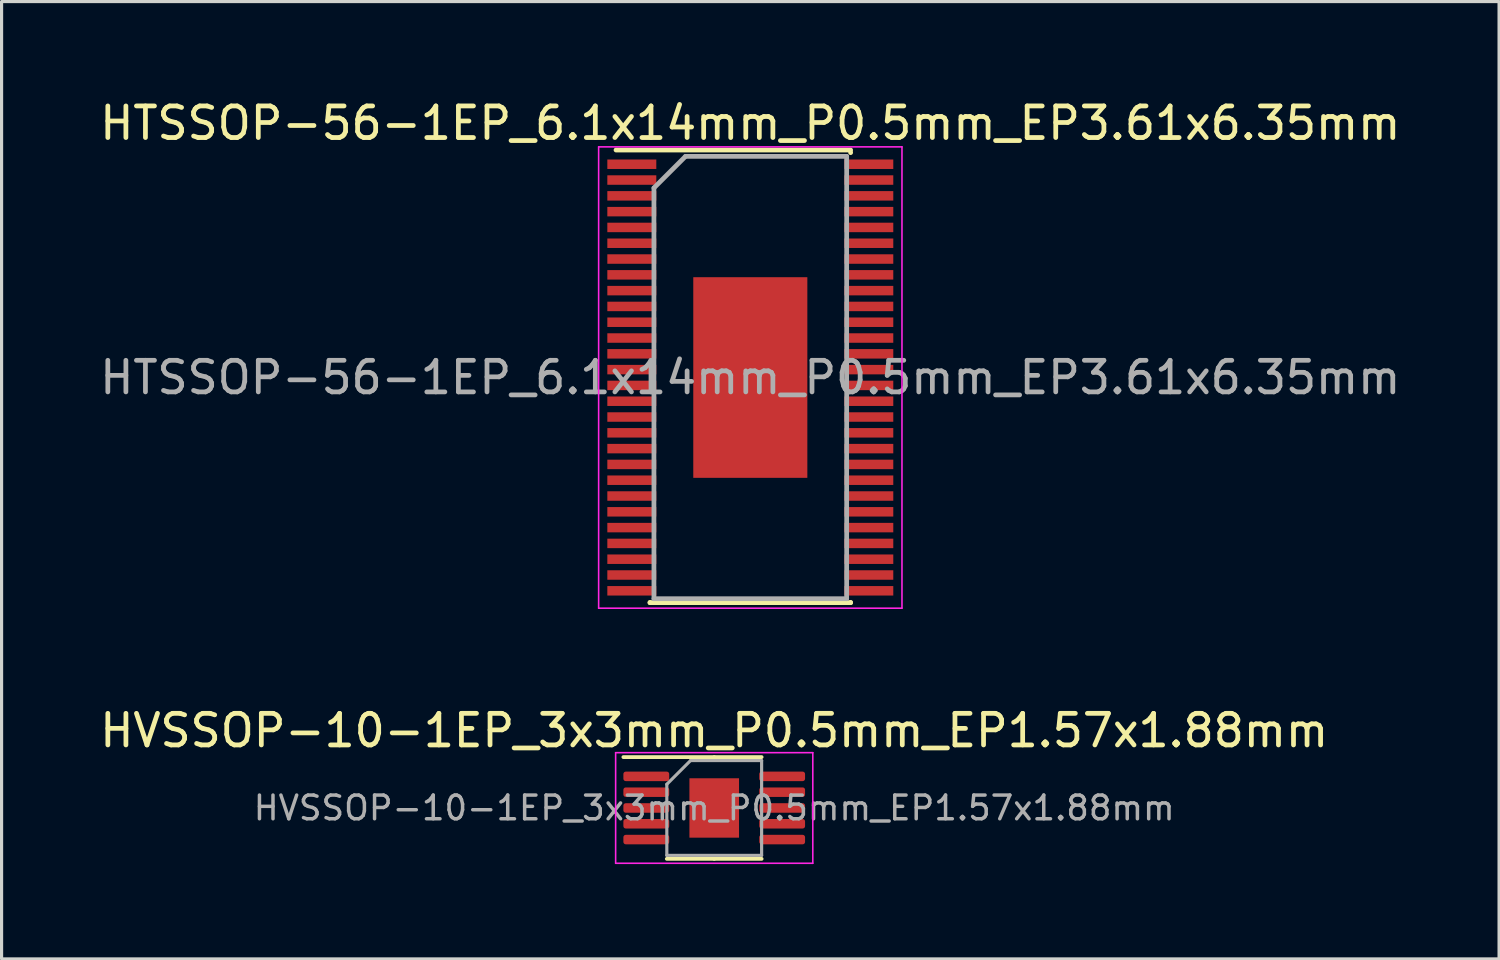
<source format=kicad_pcb>
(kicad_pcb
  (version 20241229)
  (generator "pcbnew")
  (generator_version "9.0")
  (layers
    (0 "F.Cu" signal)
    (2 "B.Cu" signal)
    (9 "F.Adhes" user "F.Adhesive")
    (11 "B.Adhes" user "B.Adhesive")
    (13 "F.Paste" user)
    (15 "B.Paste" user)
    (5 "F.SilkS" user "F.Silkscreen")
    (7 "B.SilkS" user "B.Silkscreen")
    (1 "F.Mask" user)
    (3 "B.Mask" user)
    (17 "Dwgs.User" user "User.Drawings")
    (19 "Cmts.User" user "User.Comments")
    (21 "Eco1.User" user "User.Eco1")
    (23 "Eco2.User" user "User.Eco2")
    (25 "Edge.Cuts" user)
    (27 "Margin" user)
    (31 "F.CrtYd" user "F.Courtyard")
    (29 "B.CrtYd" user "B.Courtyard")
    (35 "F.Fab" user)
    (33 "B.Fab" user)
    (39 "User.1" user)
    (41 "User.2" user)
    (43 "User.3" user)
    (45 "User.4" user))
  (footprint "HVSSOP-10-1EP_3x3mm_P0.5mm_EP1.57x1.88mm"
    (layer "F.Cu")
    (at 19.554 22.521)
    (property "Reference" "HVSSOP-10-1EP_3x3mm_P0.5mm_EP1.57x1.88mm" (at 0 -2.45 0) (layer "F.SilkS") (effects (font (size 1 1) (thickness 0.15))))
    (attr smd)
    (fp_line (start 0 -1.61) (end -2.875 -1.61) (stroke (width 0.12) (type solid)) (layer "F.SilkS"))
    (fp_line (start 0 -1.61) (end 1.5 -1.61) (stroke (width 0.12) (type solid)) (layer "F.SilkS"))
    (fp_line (start 0 1.61) (end -1.5 1.61) (stroke (width 0.12) (type solid)) (layer "F.SilkS"))
    (fp_line (start 0 1.61) (end 1.5 1.61) (stroke (width 0.12) (type solid)) (layer "F.SilkS"))
    (fp_line (start -3.12 -1.75) (end -3.12 1.75) (stroke (width 0.05) (type solid)) (layer "F.CrtYd"))
    (fp_line (start -3.12 1.75) (end 3.12 1.75) (stroke (width 0.05) (type solid)) (layer "F.CrtYd"))
    (fp_line (start 3.12 -1.75) (end -3.12 -1.75) (stroke (width 0.05) (type solid)) (layer "F.CrtYd"))
    (fp_line (start 3.12 1.75) (end 3.12 -1.75) (stroke (width 0.05) (type solid)) (layer "F.CrtYd"))
    (fp_line (start -1.5 -0.75) (end -0.75 -1.5) (stroke (width 0.1) (type solid)) (layer "F.Fab"))
    (fp_line (start -1.5 1.5) (end -1.5 -0.75) (stroke (width 0.1) (type solid)) (layer "F.Fab"))
    (fp_line (start -0.75 -1.5) (end 1.5 -1.5) (stroke (width 0.1) (type solid)) (layer "F.Fab"))
    (fp_line (start 1.5 -1.5) (end 1.5 1.5) (stroke (width 0.1) (type solid)) (layer "F.Fab"))
    (fp_line (start 1.5 1.5) (end -1.5 1.5) (stroke (width 0.1) (type solid)) (layer "F.Fab"))
    (fp_text user "${REFERENCE}" (at 0 0 0) (layer "F.Fab") (effects (font (size 0.75 0.75) (thickness 0.11))))
    (pad "" smd roundrect (at -0.39 -0.47) (size 0.63 0.76) (layers "F.Paste") (roundrect_rratio 0.25))
    (pad "" smd roundrect (at -0.39 0.47) (size 0.63 0.76) (layers "F.Paste") (roundrect_rratio 0.25))
    (pad "" smd roundrect (at 0.39 -0.47) (size 0.63 0.76) (layers "F.Paste") (roundrect_rratio 0.25))
    (pad "" smd roundrect (at 0.39 0.47) (size 0.63 0.76) (layers "F.Paste") (roundrect_rratio 0.25))
    (pad "1" smd roundrect (at -2.15 -1) (size 1.45 0.3) (layers "F.Cu" "F.Mask" "F.Paste") (roundrect_rratio 0.25))
    (pad "2" smd roundrect (at -2.15 -0.5) (size 1.45 0.3) (layers "F.Cu" "F.Mask" "F.Paste") (roundrect_rratio 0.25))
    (pad "3" smd roundrect (at -2.15 0) (size 1.45 0.3) (layers "F.Cu" "F.Mask" "F.Paste") (roundrect_rratio 0.25))
    (pad "4" smd roundrect (at -2.15 0.5) (size 1.45 0.3) (layers "F.Cu" "F.Mask" "F.Paste") (roundrect_rratio 0.25))
    (pad "5" smd roundrect (at -2.15 1) (size 1.45 0.3) (layers "F.Cu" "F.Mask" "F.Paste") (roundrect_rratio 0.25))
    (pad "6" smd roundrect (at 2.15 1) (size 1.45 0.3) (layers "F.Cu" "F.Mask" "F.Paste") (roundrect_rratio 0.25))
    (pad "7" smd roundrect (at 2.15 0.5) (size 1.45 0.3) (layers "F.Cu" "F.Mask" "F.Paste") (roundrect_rratio 0.25))
    (pad "8" smd roundrect (at 2.15 0) (size 1.45 0.3) (layers "F.Cu" "F.Mask" "F.Paste") (roundrect_rratio 0.25))
    (pad "9" smd roundrect (at 2.15 -0.5) (size 1.45 0.3) (layers "F.Cu" "F.Mask" "F.Paste") (roundrect_rratio 0.25))
    (pad "10" smd roundrect (at 2.15 -1) (size 1.45 0.3) (layers "F.Cu" "F.Mask" "F.Paste") (roundrect_rratio 0.25))
    (pad "11" smd rect (at 0 0) (size 1.57 1.88) (layers "F.Cu" "F.Mask")))
  (footprint "HTSSOP-56-1EP_6.1x14mm_P0.5mm_EP3.61x6.35mm"
    (layer "F.Cu")
    (at 20.696 8.898)
    (property "Reference" "HTSSOP-56-1EP_6.1x14mm_P0.5mm_EP3.61x6.35mm" (at 0 -8.05 0) (layer "F.SilkS") (effects (font (size 1 1) (thickness 0.15))))
    (attr smd)
    (fp_line (start -4.25 -7.2) (end 3.175 -7.2) (stroke (width 0.15) (type solid)) (layer "F.SilkS"))
    (fp_line (start -3.175 7.125) (end -3.175 7.117) (stroke (width 0.15) (type solid)) (layer "F.SilkS"))
    (fp_line (start -3.175 7.125) (end 3.175 7.125) (stroke (width 0.15) (type solid)) (layer "F.SilkS"))
    (fp_line (start 3.175 -7.125) (end 3.175 -7.117) (stroke (width 0.15) (type solid)) (layer "F.SilkS"))
    (fp_line (start 3.175 7.125) (end 3.175 7.117) (stroke (width 0.15) (type solid)) (layer "F.SilkS"))
    (fp_line (start -4.8 -7.3) (end -4.8 7.3) (stroke (width 0.05) (type solid)) (layer "F.CrtYd"))
    (fp_line (start -4.8 -7.3) (end 4.8 -7.3) (stroke (width 0.05) (type solid)) (layer "F.CrtYd"))
    (fp_line (start -4.8 7.3) (end 4.8 7.3) (stroke (width 0.05) (type solid)) (layer "F.CrtYd"))
    (fp_line (start 4.8 -7.3) (end 4.8 7.3) (stroke (width 0.05) (type solid)) (layer "F.CrtYd"))
    (fp_line (start -3.05 -6) (end -2.05 -7) (stroke (width 0.15) (type solid)) (layer "F.Fab"))
    (fp_line (start -3.05 7) (end -3.05 -6) (stroke (width 0.15) (type solid)) (layer "F.Fab"))
    (fp_line (start -2.05 -7) (end 3.05 -7) (stroke (width 0.15) (type solid)) (layer "F.Fab"))
    (fp_line (start 3.05 -7) (end 3.05 7) (stroke (width 0.15) (type solid)) (layer "F.Fab"))
    (fp_line (start 3.05 7) (end -3.05 7) (stroke (width 0.15) (type solid)) (layer "F.Fab"))
    (fp_text user "${REFERENCE}" (at 0 0 0) (layer "F.Fab") (effects (font (size 1 1) (thickness 0.15))))
    (pad "" smd rect (at -1.203 -2.54) (size 0.96 1.03) (layers "F.Paste"))
    (pad "" smd rect (at -1.203 -1.27) (size 0.96 1.03) (layers "F.Paste"))
    (pad "" smd rect (at -1.203 0) (size 0.96 1.03) (layers "F.Paste"))
    (pad "" smd rect (at -1.203 1.27) (size 0.96 1.03) (layers "F.Paste"))
    (pad "" smd rect (at -1.203 2.54) (size 0.96 1.03) (layers "F.Paste"))
    (pad "" smd rect (at 0 -2.54) (size 0.96 1.03) (layers "F.Paste"))
    (pad "" smd rect (at 0 -1.27) (size 0.96 1.03) (layers "F.Paste"))
    (pad "" smd rect (at 0 0) (size 0.96 1.03) (layers "F.Paste"))
    (pad "" smd rect (at 0 1.27) (size 0.96 1.03) (layers "F.Paste"))
    (pad "" smd rect (at 0 2.54) (size 0.96 1.03) (layers "F.Paste"))
    (pad "" smd rect (at 1.203 -2.54) (size 0.96 1.03) (layers "F.Paste"))
    (pad "" smd rect (at 1.203 -1.27) (size 0.96 1.03) (layers "F.Paste"))
    (pad "" smd rect (at 1.203 0) (size 0.96 1.03) (layers "F.Paste"))
    (pad "" smd rect (at 1.203 1.27) (size 0.96 1.03) (layers "F.Paste"))
    (pad "" smd rect (at 1.203 2.54) (size 0.96 1.03) (layers "F.Paste"))
    (pad "1" smd rect (at -3.75 -6.75) (size 1.55 0.3) (layers "F.Cu" "F.Mask" "F.Paste"))
    (pad "2" smd rect (at -3.75 -6.25) (size 1.55 0.3) (layers "F.Cu" "F.Mask" "F.Paste"))
    (pad "3" smd rect (at -3.75 -5.75) (size 1.55 0.3) (layers "F.Cu" "F.Mask" "F.Paste"))
    (pad "4" smd rect (at -3.75 -5.25) (size 1.55 0.3) (layers "F.Cu" "F.Mask" "F.Paste"))
    (pad "5" smd rect (at -3.75 -4.75) (size 1.55 0.3) (layers "F.Cu" "F.Mask" "F.Paste"))
    (pad "6" smd rect (at -3.75 -4.25) (size 1.55 0.3) (layers "F.Cu" "F.Mask" "F.Paste"))
    (pad "7" smd rect (at -3.75 -3.75) (size 1.55 0.3) (layers "F.Cu" "F.Mask" "F.Paste"))
    (pad "8" smd rect (at -3.75 -3.25) (size 1.55 0.3) (layers "F.Cu" "F.Mask" "F.Paste"))
    (pad "9" smd rect (at -3.75 -2.75) (size 1.55 0.3) (layers "F.Cu" "F.Mask" "F.Paste"))
    (pad "10" smd rect (at -3.75 -2.25) (size 1.55 0.3) (layers "F.Cu" "F.Mask" "F.Paste"))
    (pad "11" smd rect (at -3.75 -1.75) (size 1.55 0.3) (layers "F.Cu" "F.Mask" "F.Paste"))
    (pad "12" smd rect (at -3.75 -1.25) (size 1.55 0.3) (layers "F.Cu" "F.Mask" "F.Paste"))
    (pad "13" smd rect (at -3.75 -0.75) (size 1.55 0.3) (layers "F.Cu" "F.Mask" "F.Paste"))
    (pad "14" smd rect (at -3.75 -0.25) (size 1.55 0.3) (layers "F.Cu" "F.Mask" "F.Paste"))
    (pad "15" smd rect (at -3.75 0.25) (size 1.55 0.3) (layers "F.Cu" "F.Mask" "F.Paste"))
    (pad "16" smd rect (at -3.75 0.75) (size 1.55 0.3) (layers "F.Cu" "F.Mask" "F.Paste"))
    (pad "17" smd rect (at -3.75 1.25) (size 1.55 0.3) (layers "F.Cu" "F.Mask" "F.Paste"))
    (pad "18" smd rect (at -3.75 1.75) (size 1.55 0.3) (layers "F.Cu" "F.Mask" "F.Paste"))
    (pad "19" smd rect (at -3.75 2.25) (size 1.55 0.3) (layers "F.Cu" "F.Mask" "F.Paste"))
    (pad "20" smd rect (at -3.75 2.75) (size 1.55 0.3) (layers "F.Cu" "F.Mask" "F.Paste"))
    (pad "21" smd rect (at -3.75 3.25) (size 1.55 0.3) (layers "F.Cu" "F.Mask" "F.Paste"))
    (pad "22" smd rect (at -3.75 3.75) (size 1.55 0.3) (layers "F.Cu" "F.Mask" "F.Paste"))
    (pad "23" smd rect (at -3.75 4.25) (size 1.55 0.3) (layers "F.Cu" "F.Mask" "F.Paste"))
    (pad "24" smd rect (at -3.75 4.75) (size 1.55 0.3) (layers "F.Cu" "F.Mask" "F.Paste"))
    (pad "25" smd rect (at -3.75 5.25) (size 1.55 0.3) (layers "F.Cu" "F.Mask" "F.Paste"))
    (pad "26" smd rect (at -3.75 5.75) (size 1.55 0.3) (layers "F.Cu" "F.Mask" "F.Paste"))
    (pad "27" smd rect (at -3.75 6.25) (size 1.55 0.3) (layers "F.Cu" "F.Mask" "F.Paste"))
    (pad "28" smd rect (at -3.75 6.75) (size 1.55 0.3) (layers "F.Cu" "F.Mask" "F.Paste"))
    (pad "29" smd rect (at 3.75 6.75) (size 1.55 0.3) (layers "F.Cu" "F.Mask" "F.Paste"))
    (pad "30" smd rect (at 3.75 6.25) (size 1.55 0.3) (layers "F.Cu" "F.Mask" "F.Paste"))
    (pad "31" smd rect (at 3.75 5.75) (size 1.55 0.3) (layers "F.Cu" "F.Mask" "F.Paste"))
    (pad "32" smd rect (at 3.75 5.25) (size 1.55 0.3) (layers "F.Cu" "F.Mask" "F.Paste"))
    (pad "33" smd rect (at 3.75 4.75) (size 1.55 0.3) (layers "F.Cu" "F.Mask" "F.Paste"))
    (pad "34" smd rect (at 3.75 4.25) (size 1.55 0.3) (layers "F.Cu" "F.Mask" "F.Paste"))
    (pad "35" smd rect (at 3.75 3.75) (size 1.55 0.3) (layers "F.Cu" "F.Mask" "F.Paste"))
    (pad "36" smd rect (at 3.75 3.25) (size 1.55 0.3) (layers "F.Cu" "F.Mask" "F.Paste"))
    (pad "37" smd rect (at 3.75 2.75) (size 1.55 0.3) (layers "F.Cu" "F.Mask" "F.Paste"))
    (pad "38" smd rect (at 3.75 2.25) (size 1.55 0.3) (layers "F.Cu" "F.Mask" "F.Paste"))
    (pad "39" smd rect (at 3.75 1.75) (size 1.55 0.3) (layers "F.Cu" "F.Mask" "F.Paste"))
    (pad "40" smd rect (at 3.75 1.25) (size 1.55 0.3) (layers "F.Cu" "F.Mask" "F.Paste"))
    (pad "41" smd rect (at 3.75 0.75) (size 1.55 0.3) (layers "F.Cu" "F.Mask" "F.Paste"))
    (pad "42" smd rect (at 3.75 0.25) (size 1.55 0.3) (layers "F.Cu" "F.Mask" "F.Paste"))
    (pad "43" smd rect (at 3.75 -0.25) (size 1.55 0.3) (layers "F.Cu" "F.Mask" "F.Paste"))
    (pad "44" smd rect (at 3.75 -0.75) (size 1.55 0.3) (layers "F.Cu" "F.Mask" "F.Paste"))
    (pad "45" smd rect (at 3.75 -1.25) (size 1.55 0.3) (layers "F.Cu" "F.Mask" "F.Paste"))
    (pad "46" smd rect (at 3.75 -1.75) (size 1.55 0.3) (layers "F.Cu" "F.Mask" "F.Paste"))
    (pad "47" smd rect (at 3.75 -2.25) (size 1.55 0.3) (layers "F.Cu" "F.Mask" "F.Paste"))
    (pad "48" smd rect (at 3.75 -2.75) (size 1.55 0.3) (layers "F.Cu" "F.Mask" "F.Paste"))
    (pad "49" smd rect (at 3.75 -3.25) (size 1.55 0.3) (layers "F.Cu" "F.Mask" "F.Paste"))
    (pad "50" smd rect (at 3.75 -3.75) (size 1.55 0.3) (layers "F.Cu" "F.Mask" "F.Paste"))
    (pad "51" smd rect (at 3.75 -4.25) (size 1.55 0.3) (layers "F.Cu" "F.Mask" "F.Paste"))
    (pad "52" smd rect (at 3.75 -4.75) (size 1.55 0.3) (layers "F.Cu" "F.Mask" "F.Paste"))
    (pad "53" smd rect (at 3.75 -5.25) (size 1.55 0.3) (layers "F.Cu" "F.Mask" "F.Paste"))
    (pad "54" smd rect (at 3.75 -5.75) (size 1.55 0.3) (layers "F.Cu" "F.Mask" "F.Paste"))
    (pad "55" smd rect (at 3.75 -6.25) (size 1.55 0.3) (layers "F.Cu" "F.Mask" "F.Paste"))
    (pad "56" smd rect (at 3.75 -6.75) (size 1.55 0.3) (layers "F.Cu" "F.Mask" "F.Paste"))
    (pad "57" smd rect (at 0 0) (size 3.61 6.35) (layers "F.Cu" "F.Mask")))
  (gr_rect
    (start -3 -3)
    (end 44.393 27.297)
    (stroke (width 0.1) (type default))
    (fill no)
    (layer "Edge.Cuts")))
</source>
